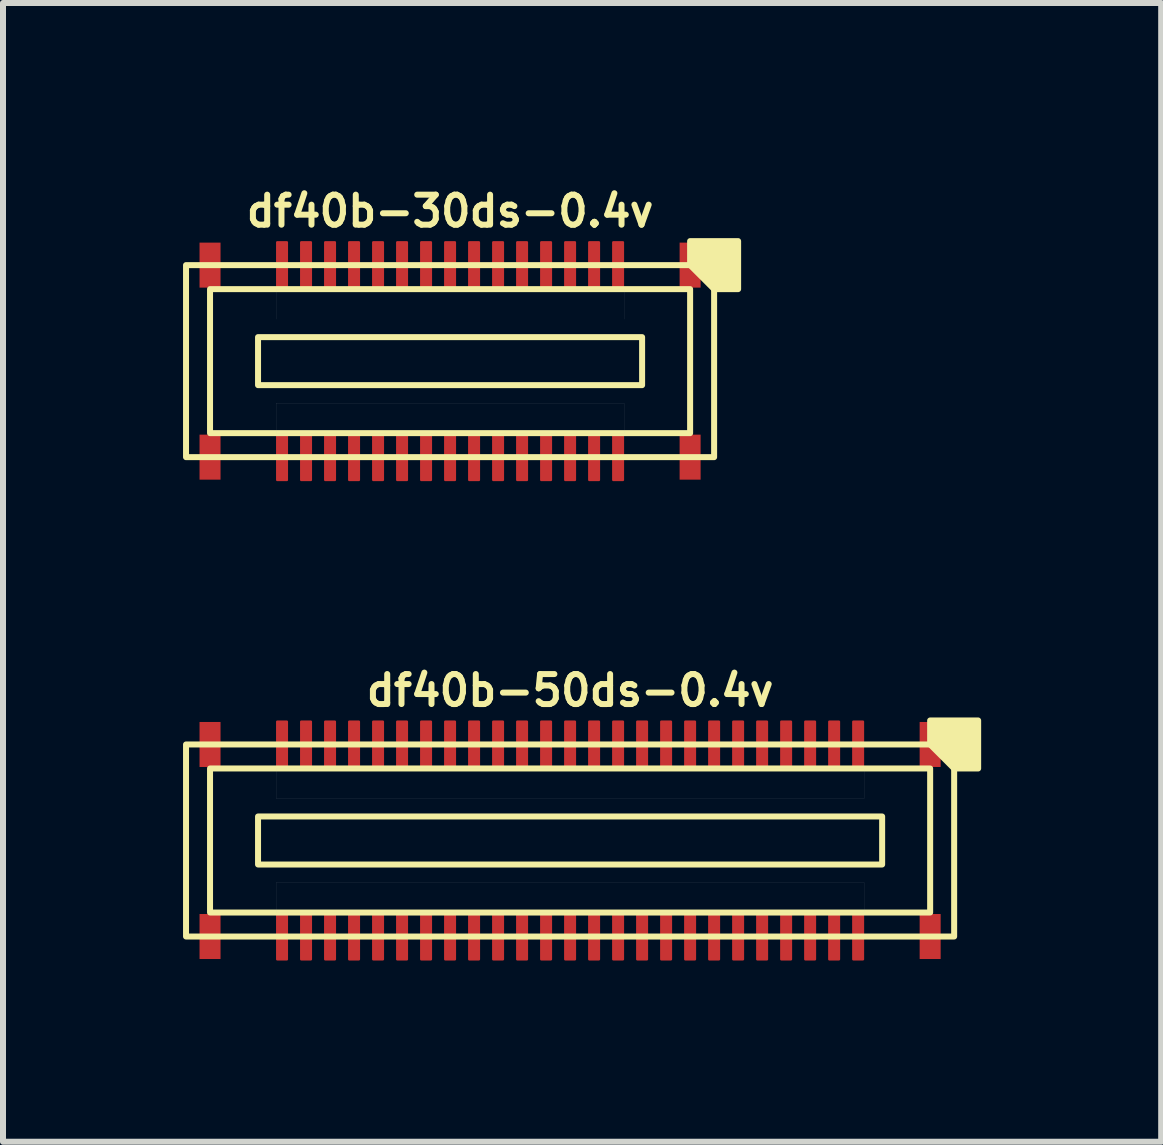
<source format=kicad_pcb>
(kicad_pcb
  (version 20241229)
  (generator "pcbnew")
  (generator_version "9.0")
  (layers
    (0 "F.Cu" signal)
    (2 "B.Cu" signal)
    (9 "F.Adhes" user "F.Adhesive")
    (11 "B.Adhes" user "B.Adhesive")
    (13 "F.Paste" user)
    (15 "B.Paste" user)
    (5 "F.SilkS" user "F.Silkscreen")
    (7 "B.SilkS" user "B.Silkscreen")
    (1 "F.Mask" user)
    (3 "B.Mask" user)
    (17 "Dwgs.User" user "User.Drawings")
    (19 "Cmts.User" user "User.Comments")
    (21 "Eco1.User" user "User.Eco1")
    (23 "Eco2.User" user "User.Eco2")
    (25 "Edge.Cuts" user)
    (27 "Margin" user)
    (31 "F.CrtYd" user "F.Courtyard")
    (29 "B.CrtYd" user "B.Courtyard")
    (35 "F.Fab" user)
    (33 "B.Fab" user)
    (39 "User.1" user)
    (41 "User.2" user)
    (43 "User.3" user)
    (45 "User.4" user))
  (footprint "df40b-50ds-0.4v"
    (layer "F.Cu")
    (at 6.45 10.956)
    (property "Reference" "df40b-50ds-0.4v" (at 0 -2.5 180) (layer "F.SilkS") (effects (font (size 0.5 0.5) (thickness 0.1))))
    (attr smd)
    (fp_rect (start -6.175 -1.975) (end -5.825 -1.225) (stroke (width 0) (type solid)) (fill yes) (layer "F.Cu"))
    (fp_rect (start -6.175 1.225) (end -5.825 1.975) (stroke (width 0) (type solid)) (fill yes) (layer "F.Cu"))
    (fp_rect (start 5.825 -1.975) (end 6.175 -1.225) (stroke (width 0) (type solid)) (fill yes) (layer "F.Cu"))
    (fp_rect (start 5.825 1.225) (end 6.175 1.975) (stroke (width 0) (type solid)) (fill yes) (layer "F.Cu"))
    (fp_rect (start -6.205 -2.005) (end -5.795 -1.195) (stroke (width 0.03) (type solid)) (fill yes) (layer "F.Mask"))
    (fp_rect (start -6.205 1.195) (end -5.795 2.005) (stroke (width 0.03) (type solid)) (fill yes) (layer "F.Mask"))
    (fp_rect (start 5.795 -2.005) (end 6.205 -1.195) (stroke (width 0.03) (type solid)) (fill yes) (layer "F.Mask"))
    (fp_rect (start 5.795 1.195) (end 6.205 2.005) (stroke (width 0.03) (type solid)) (fill yes) (layer "F.Mask"))
    (fp_rect (start -5.2 -0.4) (end 5.2 0.4) (stroke (width 0.1) (type default)) (fill no) (layer "F.SilkS"))
    (fp_rect (start 6 -1.2) (end -6 1.2) (stroke (width 0.1) (type default)) (fill no) (layer "F.SilkS"))
    (fp_rect (start 6.4 -1.6) (end -6.4 1.6) (stroke (width 0.1) (type default)) (fill no) (layer "F.SilkS"))
    (fp_poly (pts (xy 6 -1.6) (xy 6 -2) (xy 6.8 -2) (xy 6.8 -1.2) (xy 6.4 -1.2)) (stroke (width 0.1) (type solid)) (fill yes) (layer "F.SilkS"))
    (fp_rect (start -6.175 -1.975) (end -5.825 -1.225) (stroke (width 0) (type solid)) (fill yes) (layer "F.Paste"))
    (fp_rect (start -6.175 1.225) (end -5.825 1.975) (stroke (width 0) (type solid)) (fill yes) (layer "F.Paste"))
    (fp_rect (start 5.825 -1.975) (end 6.175 -1.225) (stroke (width 0) (type solid)) (fill yes) (layer "F.Paste"))
    (fp_rect (start 5.825 1.225) (end 6.175 1.975) (stroke (width 0) (type solid)) (fill yes) (layer "F.Paste"))
    (fp_poly (pts (xy -4.9 -1.2) (xy 4.9 -1.2) (xy 4.9 -0.7) (xy -4.9 -0.7)) (stroke (width 0.001) (type solid)) (fill no) (layer "Dwgs.User"))
    (fp_poly (pts (xy -4.9 0.7) (xy 4.9 0.7) (xy 4.9 1.2) (xy -4.9 1.2)) (stroke (width 0.001) (type solid)) (fill no) (layer "Dwgs.User"))
    (pad "1" smd roundrect (at 4.8 -1.6) (size 0.2 0.8) (layers "F.Cu" "F.Mask" "F.Paste") (roundrect_rratio 0.1))
    (pad "2" smd roundrect (at 4.8 1.6) (size 0.2 0.8) (layers "F.Cu" "F.Mask" "F.Paste") (roundrect_rratio 0.1))
    (pad "3" smd roundrect (at 4.4 -1.6) (size 0.2 0.8) (layers "F.Cu" "F.Mask" "F.Paste") (roundrect_rratio 0.1))
    (pad "4" smd roundrect (at 4.4 1.6) (size 0.2 0.8) (layers "F.Cu" "F.Mask" "F.Paste") (roundrect_rratio 0.1))
    (pad "5" smd roundrect (at 4 -1.6) (size 0.2 0.8) (layers "F.Cu" "F.Mask" "F.Paste") (roundrect_rratio 0.1))
    (pad "6" smd roundrect (at 4 1.6) (size 0.2 0.8) (layers "F.Cu" "F.Mask" "F.Paste") (roundrect_rratio 0.1))
    (pad "7" smd roundrect (at 3.6 -1.6) (size 0.2 0.8) (layers "F.Cu" "F.Mask" "F.Paste") (roundrect_rratio 0.1))
    (pad "8" smd roundrect (at 3.6 1.6) (size 0.2 0.8) (layers "F.Cu" "F.Mask" "F.Paste") (roundrect_rratio 0.1))
    (pad "9" smd roundrect (at 3.2 -1.6) (size 0.2 0.8) (layers "F.Cu" "F.Mask" "F.Paste") (roundrect_rratio 0.1))
    (pad "10" smd roundrect (at 3.2 1.6) (size 0.2 0.8) (layers "F.Cu" "F.Mask" "F.Paste") (roundrect_rratio 0.1))
    (pad "11" smd roundrect (at 2.8 -1.6) (size 0.2 0.8) (layers "F.Cu" "F.Mask" "F.Paste") (roundrect_rratio 0.1))
    (pad "12" smd roundrect (at 2.8 1.6) (size 0.2 0.8) (layers "F.Cu" "F.Mask" "F.Paste") (roundrect_rratio 0.1))
    (pad "13" smd roundrect (at 2.4 -1.6) (size 0.2 0.8) (layers "F.Cu" "F.Mask" "F.Paste") (roundrect_rratio 0.1))
    (pad "14" smd roundrect (at 2.4 1.6) (size 0.2 0.8) (layers "F.Cu" "F.Mask" "F.Paste") (roundrect_rratio 0.1))
    (pad "15" smd roundrect (at 2 -1.6) (size 0.2 0.8) (layers "F.Cu" "F.Mask" "F.Paste") (roundrect_rratio 0.1))
    (pad "16" smd roundrect (at 2 1.6) (size 0.2 0.8) (layers "F.Cu" "F.Mask" "F.Paste") (roundrect_rratio 0.1))
    (pad "17" smd roundrect (at 1.6 -1.6) (size 0.2 0.8) (layers "F.Cu" "F.Mask" "F.Paste") (roundrect_rratio 0.1))
    (pad "18" smd roundrect (at 1.6 1.6) (size 0.2 0.8) (layers "F.Cu" "F.Mask" "F.Paste") (roundrect_rratio 0.1))
    (pad "19" smd roundrect (at 1.2 -1.6) (size 0.2 0.8) (layers "F.Cu" "F.Mask" "F.Paste") (roundrect_rratio 0.1))
    (pad "20" smd roundrect (at 1.2 1.6) (size 0.2 0.8) (layers "F.Cu" "F.Mask" "F.Paste") (roundrect_rratio 0.1))
    (pad "21" smd roundrect (at 0.8 -1.6) (size 0.2 0.8) (layers "F.Cu" "F.Mask" "F.Paste") (roundrect_rratio 0.1))
    (pad "22" smd roundrect (at 0.8 1.6) (size 0.2 0.8) (layers "F.Cu" "F.Mask" "F.Paste") (roundrect_rratio 0.1))
    (pad "23" smd roundrect (at 0.4 -1.6) (size 0.2 0.8) (layers "F.Cu" "F.Mask" "F.Paste") (roundrect_rratio 0.1))
    (pad "24" smd roundrect (at 0.4 1.6) (size 0.2 0.8) (layers "F.Cu" "F.Mask" "F.Paste") (roundrect_rratio 0.1))
    (pad "25" smd roundrect (at 0 -1.6) (size 0.2 0.8) (layers "F.Cu" "F.Mask" "F.Paste") (roundrect_rratio 0.1))
    (pad "26" smd roundrect (at 0 1.6) (size 0.2 0.8) (layers "F.Cu" "F.Mask" "F.Paste") (roundrect_rratio 0.1))
    (pad "27" smd roundrect (at -0.4 -1.6) (size 0.2 0.8) (layers "F.Cu" "F.Mask" "F.Paste") (roundrect_rratio 0.1))
    (pad "28" smd roundrect (at -0.4 1.6) (size 0.2 0.8) (layers "F.Cu" "F.Mask" "F.Paste") (roundrect_rratio 0.1))
    (pad "29" smd roundrect (at -0.8 -1.6) (size 0.2 0.8) (layers "F.Cu" "F.Mask" "F.Paste") (roundrect_rratio 0.1))
    (pad "30" smd roundrect (at -0.8 1.6) (size 0.2 0.8) (layers "F.Cu" "F.Mask" "F.Paste") (roundrect_rratio 0.1))
    (pad "31" smd roundrect (at -1.2 -1.6) (size 0.2 0.8) (layers "F.Cu" "F.Mask" "F.Paste") (roundrect_rratio 0.1))
    (pad "32" smd roundrect (at -1.2 1.6) (size 0.2 0.8) (layers "F.Cu" "F.Mask" "F.Paste") (roundrect_rratio 0.1))
    (pad "33" smd roundrect (at -1.6 -1.6) (size 0.2 0.8) (layers "F.Cu" "F.Mask" "F.Paste") (roundrect_rratio 0.1))
    (pad "34" smd roundrect (at -1.6 1.6) (size 0.2 0.8) (layers "F.Cu" "F.Mask" "F.Paste") (roundrect_rratio 0.1))
    (pad "35" smd roundrect (at -2 -1.6) (size 0.2 0.8) (layers "F.Cu" "F.Mask" "F.Paste") (roundrect_rratio 0.1))
    (pad "36" smd roundrect (at -2 1.6) (size 0.2 0.8) (layers "F.Cu" "F.Mask" "F.Paste") (roundrect_rratio 0.1))
    (pad "37" smd roundrect (at -2.4 -1.6) (size 0.2 0.8) (layers "F.Cu" "F.Mask" "F.Paste") (roundrect_rratio 0.1))
    (pad "38" smd roundrect (at -2.4 1.6) (size 0.2 0.8) (layers "F.Cu" "F.Mask" "F.Paste") (roundrect_rratio 0.1))
    (pad "39" smd roundrect (at -2.8 -1.6) (size 0.2 0.8) (layers "F.Cu" "F.Mask" "F.Paste") (roundrect_rratio 0.1))
    (pad "40" smd roundrect (at -2.8 1.6) (size 0.2 0.8) (layers "F.Cu" "F.Mask" "F.Paste") (roundrect_rratio 0.1))
    (pad "41" smd roundrect (at -3.2 -1.6) (size 0.2 0.8) (layers "F.Cu" "F.Mask" "F.Paste") (roundrect_rratio 0.1))
    (pad "42" smd roundrect (at -3.2 1.6) (size 0.2 0.8) (layers "F.Cu" "F.Mask" "F.Paste") (roundrect_rratio 0.1))
    (pad "43" smd roundrect (at -3.6 -1.6) (size 0.2 0.8) (layers "F.Cu" "F.Mask" "F.Paste") (roundrect_rratio 0.1))
    (pad "44" smd roundrect (at -3.6 1.6) (size 0.2 0.8) (layers "F.Cu" "F.Mask" "F.Paste") (roundrect_rratio 0.1))
    (pad "45" smd roundrect (at -4 -1.6) (size 0.2 0.8) (layers "F.Cu" "F.Mask" "F.Paste") (roundrect_rratio 0.1))
    (pad "46" smd roundrect (at -4 1.6) (size 0.2 0.8) (layers "F.Cu" "F.Mask" "F.Paste") (roundrect_rratio 0.1))
    (pad "47" smd roundrect (at -4.4 -1.6) (size 0.2 0.8) (layers "F.Cu" "F.Mask" "F.Paste") (roundrect_rratio 0.1))
    (pad "48" smd roundrect (at -4.4 1.6) (size 0.2 0.8) (layers "F.Cu" "F.Mask" "F.Paste") (roundrect_rratio 0.1))
    (pad "49" smd roundrect (at -4.8 -1.6) (size 0.2 0.8) (layers "F.Cu" "F.Mask" "F.Paste") (roundrect_rratio 0.1))
    (pad "50" smd roundrect (at -4.8 1.6) (size 0.2 0.8) (layers "F.Cu" "F.Mask" "F.Paste") (roundrect_rratio 0.1)))
  (footprint "df40b-30ds-0.4v"
    (layer "F.Cu")
    (at 4.45 2.968)
    (property "Reference" "df40b-30ds-0.4v" (at 0 -2.5 180) (layer "F.SilkS") (effects (font (size 0.5 0.5) (thickness 0.1))))
    (attr smd)
    (fp_rect (start -4.175 -1.975) (end -3.825 -1.225) (stroke (width 0) (type solid)) (fill yes) (layer "F.Cu"))
    (fp_rect (start -4.175 1.225) (end -3.825 1.975) (stroke (width 0) (type solid)) (fill yes) (layer "F.Cu"))
    (fp_rect (start 3.825 -1.975) (end 4.175 -1.225) (stroke (width 0) (type solid)) (fill yes) (layer "F.Cu"))
    (fp_rect (start 3.825 1.225) (end 4.175 1.975) (stroke (width 0) (type solid)) (fill yes) (layer "F.Cu"))
    (fp_rect (start -4.205 -2.005) (end -3.795 -1.195) (stroke (width 0.03) (type solid)) (fill yes) (layer "F.Mask"))
    (fp_rect (start -4.205 1.195) (end -3.795 2.005) (stroke (width 0.03) (type solid)) (fill yes) (layer "F.Mask"))
    (fp_rect (start 3.795 -2.005) (end 4.205 -1.195) (stroke (width 0.03) (type solid)) (fill yes) (layer "F.Mask"))
    (fp_rect (start 3.795 1.195) (end 4.205 2.005) (stroke (width 0.03) (type solid)) (fill yes) (layer "F.Mask"))
    (fp_rect (start -3.2 -0.4) (end 3.2 0.4) (stroke (width 0.1) (type default)) (fill no) (layer "F.SilkS"))
    (fp_rect (start 4 -1.2) (end -4 1.2) (stroke (width 0.1) (type default)) (fill no) (layer "F.SilkS"))
    (fp_rect (start 4.4 -1.6) (end -4.4 1.6) (stroke (width 0.1) (type default)) (fill no) (layer "F.SilkS"))
    (fp_poly (pts (xy 4 -1.6) (xy 4 -2) (xy 4.8 -2) (xy 4.8 -1.2) (xy 4.4 -1.2)) (stroke (width 0.1) (type solid)) (fill yes) (layer "F.SilkS"))
    (fp_rect (start -4.175 -1.975) (end -3.825 -1.225) (stroke (width 0) (type solid)) (fill yes) (layer "F.Paste"))
    (fp_rect (start -4.175 1.225) (end -3.825 1.975) (stroke (width 0) (type solid)) (fill yes) (layer "F.Paste"))
    (fp_rect (start 3.825 -1.975) (end 4.175 -1.225) (stroke (width 0) (type solid)) (fill yes) (layer "F.Paste"))
    (fp_rect (start 3.825 1.225) (end 4.175 1.975) (stroke (width 0) (type solid)) (fill yes) (layer "F.Paste"))
    (fp_poly (pts (xy -2.9 -1.2) (xy 2.9 -1.2) (xy 2.9 -0.7) (xy -2.9 -0.7)) (stroke (width 0.001) (type solid)) (fill no) (layer "Dwgs.User"))
    (fp_poly (pts (xy -2.9 0.7) (xy 2.9 0.7) (xy 2.9 1.2) (xy -2.9 1.2)) (stroke (width 0.001) (type solid)) (fill no) (layer "Dwgs.User"))
    (pad "1" smd roundrect (at 2.8 -1.6) (size 0.2 0.8) (layers "F.Cu" "F.Mask" "F.Paste") (roundrect_rratio 0.1))
    (pad "2" smd roundrect (at 2.8 1.6) (size 0.2 0.8) (layers "F.Cu" "F.Mask" "F.Paste") (roundrect_rratio 0.1))
    (pad "3" smd roundrect (at 2.4 -1.6) (size 0.2 0.8) (layers "F.Cu" "F.Mask" "F.Paste") (roundrect_rratio 0.1))
    (pad "4" smd roundrect (at 2.4 1.6) (size 0.2 0.8) (layers "F.Cu" "F.Mask" "F.Paste") (roundrect_rratio 0.1))
    (pad "5" smd roundrect (at 2 -1.6) (size 0.2 0.8) (layers "F.Cu" "F.Mask" "F.Paste") (roundrect_rratio 0.1))
    (pad "6" smd roundrect (at 2 1.6) (size 0.2 0.8) (layers "F.Cu" "F.Mask" "F.Paste") (roundrect_rratio 0.1))
    (pad "7" smd roundrect (at 1.6 -1.6) (size 0.2 0.8) (layers "F.Cu" "F.Mask" "F.Paste") (roundrect_rratio 0.1))
    (pad "8" smd roundrect (at 1.6 1.6) (size 0.2 0.8) (layers "F.Cu" "F.Mask" "F.Paste") (roundrect_rratio 0.1))
    (pad "9" smd roundrect (at 1.2 -1.6) (size 0.2 0.8) (layers "F.Cu" "F.Mask" "F.Paste") (roundrect_rratio 0.1))
    (pad "10" smd roundrect (at 1.2 1.6) (size 0.2 0.8) (layers "F.Cu" "F.Mask" "F.Paste") (roundrect_rratio 0.1))
    (pad "11" smd roundrect (at 0.8 -1.6) (size 0.2 0.8) (layers "F.Cu" "F.Mask" "F.Paste") (roundrect_rratio 0.1))
    (pad "12" smd roundrect (at 0.8 1.6) (size 0.2 0.8) (layers "F.Cu" "F.Mask" "F.Paste") (roundrect_rratio 0.1))
    (pad "13" smd roundrect (at 0.4 -1.6) (size 0.2 0.8) (layers "F.Cu" "F.Mask" "F.Paste") (roundrect_rratio 0.1))
    (pad "14" smd roundrect (at 0.4 1.6) (size 0.2 0.8) (layers "F.Cu" "F.Mask" "F.Paste") (roundrect_rratio 0.1))
    (pad "15" smd roundrect (at 0 -1.6) (size 0.2 0.8) (layers "F.Cu" "F.Mask" "F.Paste") (roundrect_rratio 0.1))
    (pad "16" smd roundrect (at 0 1.6) (size 0.2 0.8) (layers "F.Cu" "F.Mask" "F.Paste") (roundrect_rratio 0.1))
    (pad "17" smd roundrect (at -0.4 -1.6) (size 0.2 0.8) (layers "F.Cu" "F.Mask" "F.Paste") (roundrect_rratio 0.1))
    (pad "18" smd roundrect (at -0.4 1.6) (size 0.2 0.8) (layers "F.Cu" "F.Mask" "F.Paste") (roundrect_rratio 0.1))
    (pad "19" smd roundrect (at -0.8 -1.6) (size 0.2 0.8) (layers "F.Cu" "F.Mask" "F.Paste") (roundrect_rratio 0.1))
    (pad "20" smd roundrect (at -0.8 1.6) (size 0.2 0.8) (layers "F.Cu" "F.Mask" "F.Paste") (roundrect_rratio 0.1))
    (pad "21" smd roundrect (at -1.2 -1.6) (size 0.2 0.8) (layers "F.Cu" "F.Mask" "F.Paste") (roundrect_rratio 0.1))
    (pad "22" smd roundrect (at -1.2 1.6) (size 0.2 0.8) (layers "F.Cu" "F.Mask" "F.Paste") (roundrect_rratio 0.1))
    (pad "23" smd roundrect (at -1.6 -1.6) (size 0.2 0.8) (layers "F.Cu" "F.Mask" "F.Paste") (roundrect_rratio 0.1))
    (pad "24" smd roundrect (at -1.6 1.6) (size 0.2 0.8) (layers "F.Cu" "F.Mask" "F.Paste") (roundrect_rratio 0.1))
    (pad "25" smd roundrect (at -2 -1.6) (size 0.2 0.8) (layers "F.Cu" "F.Mask" "F.Paste") (roundrect_rratio 0.1))
    (pad "26" smd roundrect (at -2 1.6) (size 0.2 0.8) (layers "F.Cu" "F.Mask" "F.Paste") (roundrect_rratio 0.1))
    (pad "27" smd roundrect (at -2.4 -1.6) (size 0.2 0.8) (layers "F.Cu" "F.Mask" "F.Paste") (roundrect_rratio 0.1))
    (pad "28" smd roundrect (at -2.4 1.6) (size 0.2 0.8) (layers "F.Cu" "F.Mask" "F.Paste") (roundrect_rratio 0.1))
    (pad "29" smd roundrect (at -2.8 -1.6) (size 0.2 0.8) (layers "F.Cu" "F.Mask" "F.Paste") (roundrect_rratio 0.1))
    (pad "30" smd roundrect (at -2.8 1.6) (size 0.2 0.8) (layers "F.Cu" "F.Mask" "F.Paste") (roundrect_rratio 0.1)))
  (gr_rect
    (start -3 -3)
    (end 16.3 15.976)
    (stroke (width 0.1) (type default))
    (fill no)
    (layer "Edge.Cuts")))
</source>
